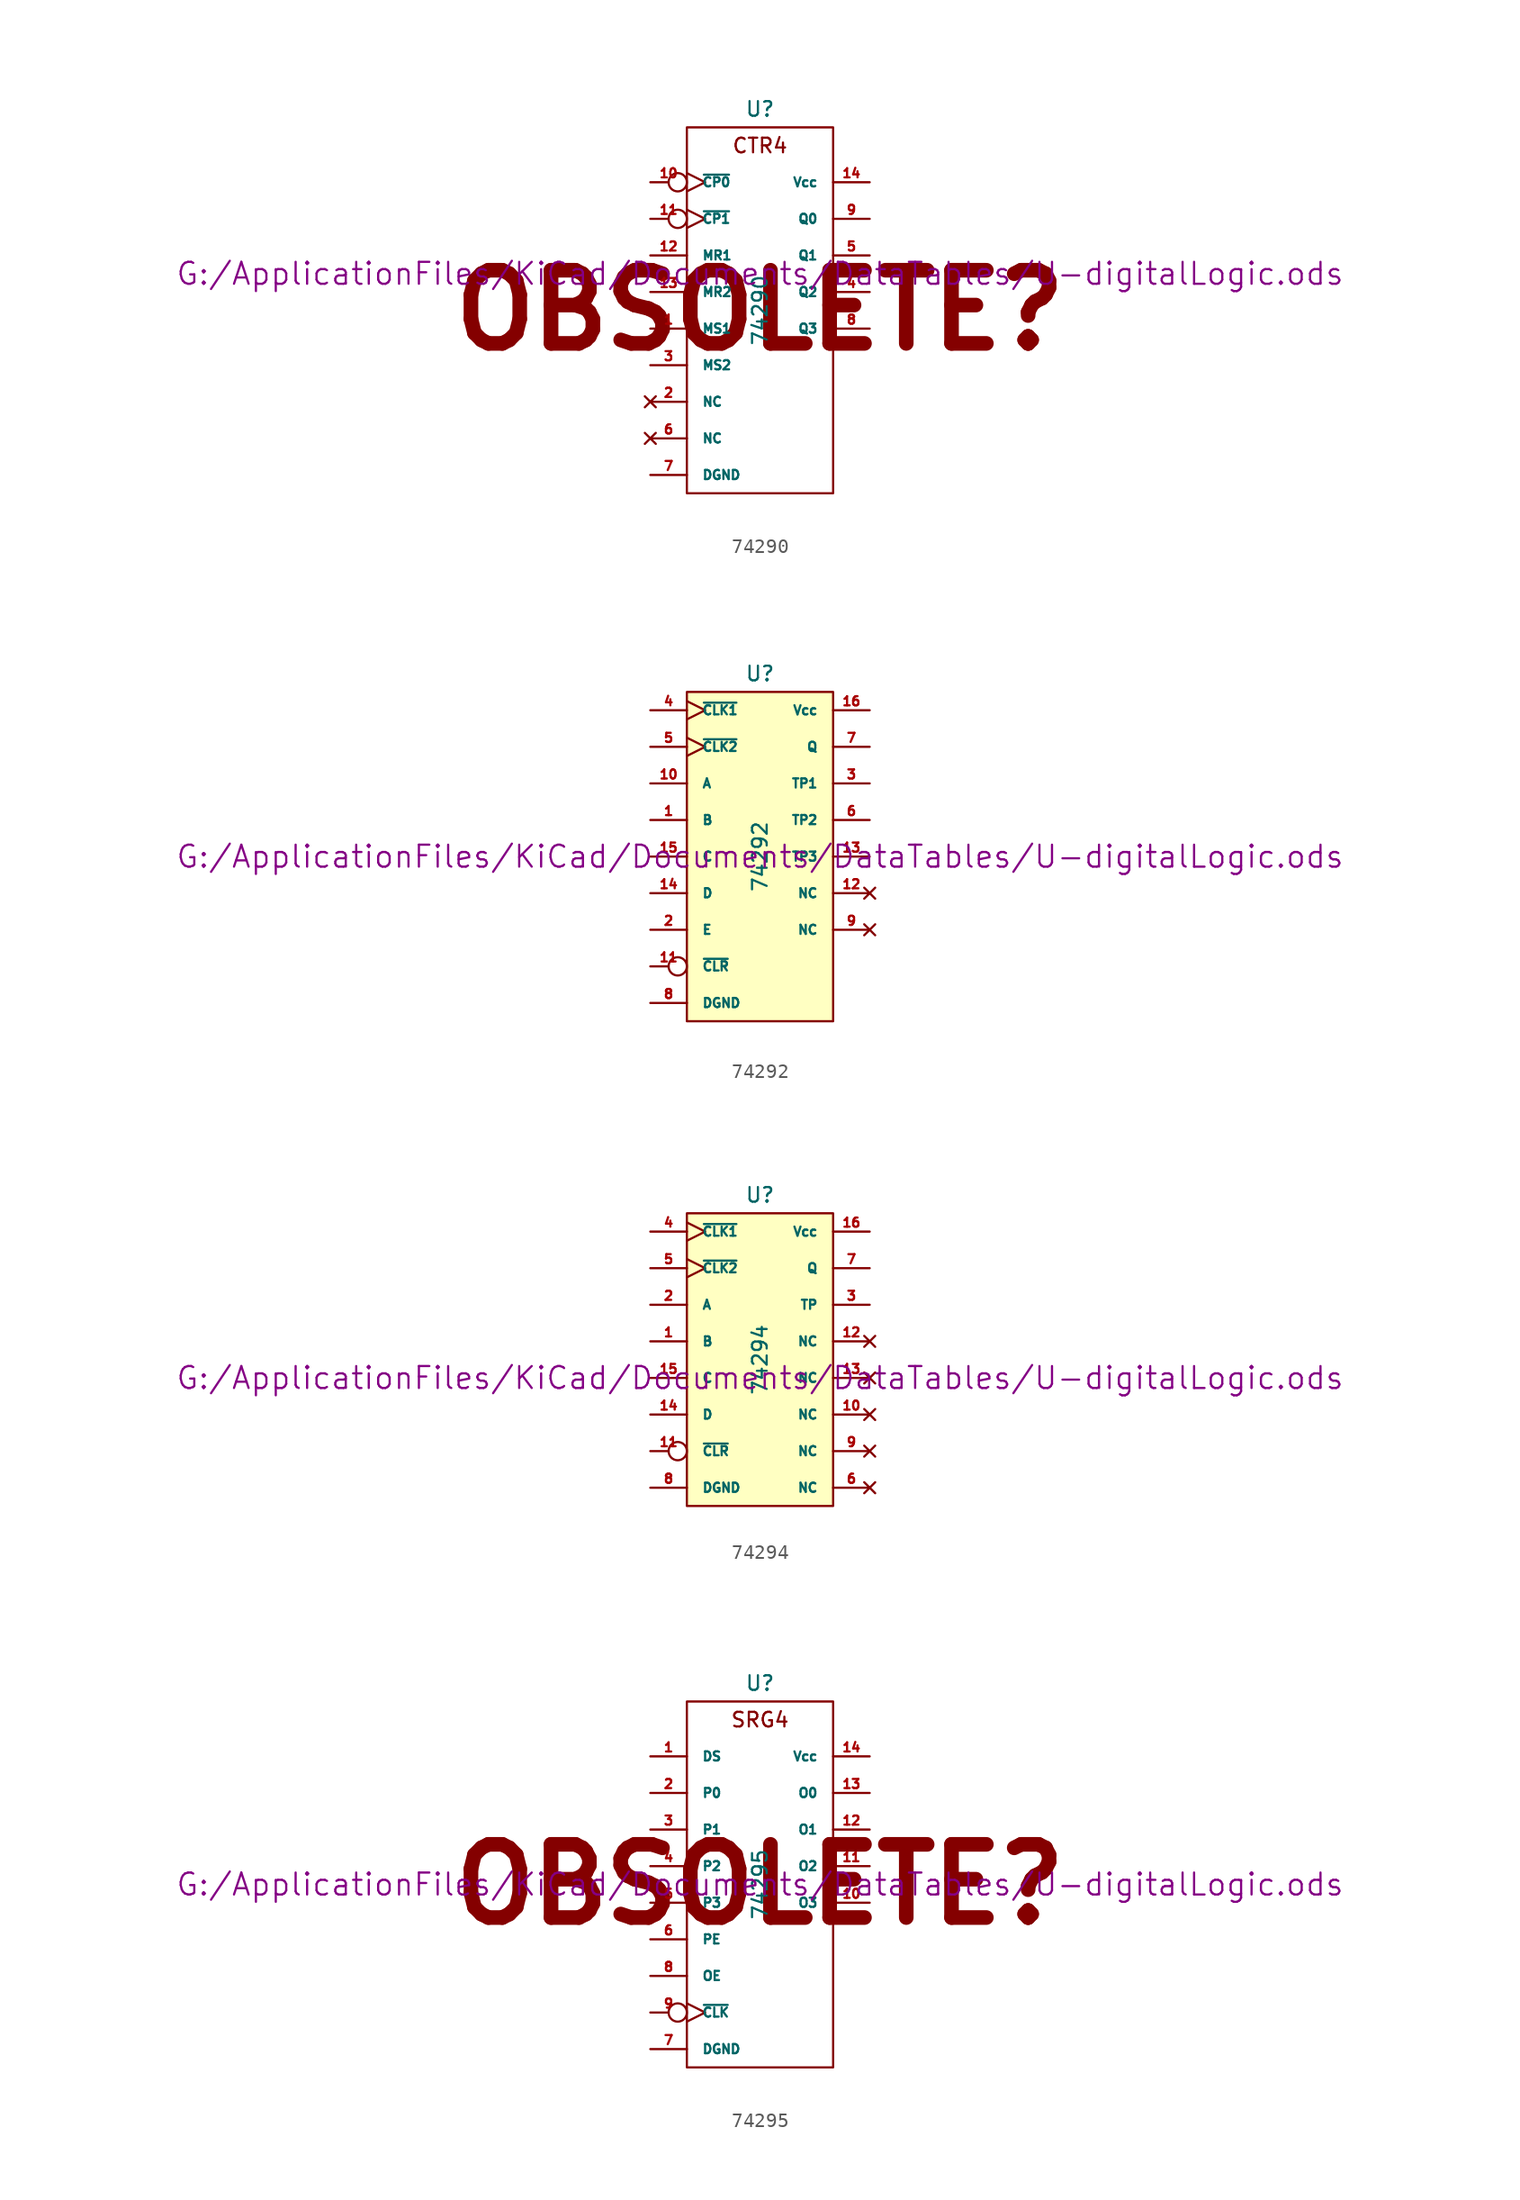
<source format=kicad_sym>
(kicad_symbol_lib
  (version 20211014)
  (generator kicad_symbol_editor)
  (symbol "74290"
    (pin_names
      (offset 1.016))
    (property "Reference" "U"
      (at 0 13.97 0)
      (effects (font (size 1.016 1.016))))
    (property "Value" "74290"
      (at 0 0 90)
      (effects (font (size 1.016 1.016))))
    (property "Footprint" ""
      (at 0 2.54 0)
      (effects (font (size 1.524 1.524))))
    (property "Datasheet" "G:/ApplicationFiles/KiCad/Documents/DataTables/U-digitalLogic.ods"
      (at 0 2.54 0)
      (effects (font (size 1.524 1.524))))
    (symbol "74290_0_0"
      (text "CTR4" (at 0 11.43 0) (effects (font (size 1.016 1.016))))
      (text "OBSOLETE?" (at 0 0 0) (effects (font (size 5.08 5.08) bold))))
    (symbol "74290_0_1"
      (rectangle (start -5.08 12.7) (end 5.08 -12.7) (stroke (width 0) (type default) (color 0 0 0 0)) (fill (type none))))
    (symbol "74290_1_1"
      (pin input line (at -7.62 -1.27 0) (length 2.54) (name "MS1" (effects (font (size 0.635 0.635)))) (number "1" (effects (font (size 0.635 0.635)))))
      (pin input inverted_clock (at -7.62 8.89 0) (length 2.54) (name "~{CP0}" (effects (font (size 0.635 0.635)))) (number "10" (effects (font (size 0.635 0.635)))))
      (pin input inverted_clock (at -7.62 6.35 0) (length 2.54) (name "~{CP1}" (effects (font (size 0.635 0.635)))) (number "11" (effects (font (size 0.635 0.635)))))
      (pin input line (at -7.62 3.81 0) (length 2.54) (name "MR1" (effects (font (size 0.635 0.635)))) (number "12" (effects (font (size 0.635 0.635)))))
      (pin input line (at -7.62 1.27 0) (length 2.54) (name "MR2" (effects (font (size 0.635 0.635)))) (number "13" (effects (font (size 0.635 0.635)))))
      (pin power_in line (at 7.62 8.89 180) (length 2.54) (name "Vcc" (effects (font (size 0.635 0.635)))) (number "14" (effects (font (size 0.635 0.635)))))
      (pin no_connect line (at -7.62 -6.35 0) (length 2.54) (name "NC" (effects (font (size 0.635 0.635)))) (number "2" (effects (font (size 0.635 0.635)))))
      (pin input line (at -7.62 -3.81 0) (length 2.54) (name "MS2" (effects (font (size 0.635 0.635)))) (number "3" (effects (font (size 0.635 0.635)))))
      (pin output line (at 7.62 1.27 180) (length 2.54) (name "Q2" (effects (font (size 0.635 0.635)))) (number "4" (effects (font (size 0.635 0.635)))))
      (pin output line (at 7.62 3.81 180) (length 2.54) (name "Q1" (effects (font (size 0.635 0.635)))) (number "5" (effects (font (size 0.635 0.635)))))
      (pin no_connect line (at -7.62 -8.89 0) (length 2.54) (name "NC" (effects (font (size 0.635 0.635)))) (number "6" (effects (font (size 0.635 0.635)))))
      (pin power_in line (at -7.62 -11.43 0) (length 2.54) (name "DGND" (effects (font (size 0.635 0.635)))) (number "7" (effects (font (size 0.635 0.635)))))
      (pin output line (at 7.62 -1.27 180) (length 2.54) (name "Q3" (effects (font (size 0.635 0.635)))) (number "8" (effects (font (size 0.635 0.635)))))
      (pin output line (at 7.62 6.35 180) (length 2.54) (name "Q0" (effects (font (size 0.635 0.635)))) (number "9" (effects (font (size 0.635 0.635)))))))
  (symbol "74292"
    (pin_names
      (offset 1.016))
    (property "Reference" "U"
      (at 0 12.7 0)
      (effects (font (size 1.016 1.016))))
    (property "Value" "74292"
      (at 0 0 90)
      (effects (font (size 1.016 1.016))))
    (property "Footprint" ""
      (at 0 0 0)
      (effects (font (size 1.524 1.524))))
    (property "Datasheet" "G:/ApplicationFiles/KiCad/Documents/DataTables/U-digitalLogic.ods"
      (at 0 0 0)
      (effects (font (size 1.524 1.524))))
    (symbol "74292_0_1"
      (rectangle (start -5.08 11.43) (end 5.08 -11.43) (stroke (width 0) (type default) (color 0 0 0 0)) (fill (type background))))
    (symbol "74292_1_1"
      (pin input line (at -7.62 2.54 0) (length 2.54) (name "B" (effects (font (size 0.635 0.635)))) (number "1" (effects (font (size 0.635 0.635)))))
      (pin input line (at -7.62 5.08 0) (length 2.54) (name "A" (effects (font (size 0.635 0.635)))) (number "10" (effects (font (size 0.635 0.635)))))
      (pin input inverted (at -7.62 -7.62 0) (length 2.54) (name "~{CLR}" (effects (font (size 0.635 0.635)))) (number "11" (effects (font (size 0.635 0.635)))))
      (pin no_connect line (at 7.62 -2.54 180) (length 2.54) (name "NC" (effects (font (size 0.635 0.635)))) (number "12" (effects (font (size 0.635 0.635)))))
      (pin output line (at 7.62 0 180) (length 2.54) (name "TP3" (effects (font (size 0.635 0.635)))) (number "13" (effects (font (size 0.635 0.635)))))
      (pin input line (at -7.62 -2.54 0) (length 2.54) (name "D" (effects (font (size 0.635 0.635)))) (number "14" (effects (font (size 0.635 0.635)))))
      (pin input line (at -7.62 0 0) (length 2.54) (name "C" (effects (font (size 0.635 0.635)))) (number "15" (effects (font (size 0.635 0.635)))))
      (pin power_in line (at 7.62 10.16 180) (length 2.54) (name "Vcc" (effects (font (size 0.635 0.635)))) (number "16" (effects (font (size 0.635 0.635)))))
      (pin input line (at -7.62 -5.08 0) (length 2.54) (name "E" (effects (font (size 0.635 0.635)))) (number "2" (effects (font (size 0.635 0.635)))))
      (pin output line (at 7.62 5.08 180) (length 2.54) (name "TP1" (effects (font (size 0.635 0.635)))) (number "3" (effects (font (size 0.635 0.635)))))
      (pin input clock (at -7.62 10.16 0) (length 2.54) (name "~{CLK1}" (effects (font (size 0.635 0.635)))) (number "4" (effects (font (size 0.635 0.635)))))
      (pin input clock (at -7.62 7.62 0) (length 2.54) (name "~{CLK2}" (effects (font (size 0.635 0.635)))) (number "5" (effects (font (size 0.635 0.635)))))
      (pin output line (at 7.62 2.54 180) (length 2.54) (name "TP2" (effects (font (size 0.635 0.635)))) (number "6" (effects (font (size 0.635 0.635)))))
      (pin output line (at 7.62 7.62 180) (length 2.54) (name "Q" (effects (font (size 0.635 0.635)))) (number "7" (effects (font (size 0.635 0.635)))))
      (pin power_in line (at -7.62 -10.16 0) (length 2.54) (name "DGND" (effects (font (size 0.635 0.635)))) (number "8" (effects (font (size 0.635 0.635)))))
      (pin no_connect line (at 7.62 -5.08 180) (length 2.54) (name "NC" (effects (font (size 0.635 0.635)))) (number "9" (effects (font (size 0.635 0.635)))))))
  (symbol "74294"
    (pin_names
      (offset 1.016))
    (property "Reference" "U"
      (at 0 11.43 0)
      (effects (font (size 1.016 1.016))))
    (property "Value" "74294"
      (at 0 0 90)
      (effects (font (size 1.016 1.016))))
    (property "Footprint" ""
      (at 0 -1.27 0)
      (effects (font (size 1.524 1.524))))
    (property "Datasheet" "G:/ApplicationFiles/KiCad/Documents/DataTables/U-digitalLogic.ods"
      (at 0 -1.27 0)
      (effects (font (size 1.524 1.524))))
    (symbol "74294_0_1"
      (rectangle (start -5.08 10.16) (end 5.08 -10.16) (stroke (width 0) (type default) (color 0 0 0 0)) (fill (type background))))
    (symbol "74294_1_1"
      (pin input line (at -7.62 1.27 0) (length 2.54) (name "B" (effects (font (size 0.635 0.635)))) (number "1" (effects (font (size 0.635 0.635)))))
      (pin no_connect line (at 7.62 -3.81 180) (length 2.54) (name "NC" (effects (font (size 0.635 0.635)))) (number "10" (effects (font (size 0.635 0.635)))))
      (pin input inverted (at -7.62 -6.35 0) (length 2.54) (name "~{CLR}" (effects (font (size 0.635 0.635)))) (number "11" (effects (font (size 0.635 0.635)))))
      (pin no_connect line (at 7.62 1.27 180) (length 2.54) (name "NC" (effects (font (size 0.635 0.635)))) (number "12" (effects (font (size 0.635 0.635)))))
      (pin no_connect line (at 7.62 -1.27 180) (length 2.54) (name "NC" (effects (font (size 0.635 0.635)))) (number "13" (effects (font (size 0.635 0.635)))))
      (pin input line (at -7.62 -3.81 0) (length 2.54) (name "D" (effects (font (size 0.635 0.635)))) (number "14" (effects (font (size 0.635 0.635)))))
      (pin input line (at -7.62 -1.27 0) (length 2.54) (name "C" (effects (font (size 0.635 0.635)))) (number "15" (effects (font (size 0.635 0.635)))))
      (pin power_in line (at 7.62 8.89 180) (length 2.54) (name "Vcc" (effects (font (size 0.635 0.635)))) (number "16" (effects (font (size 0.635 0.635)))))
      (pin input line (at -7.62 3.81 0) (length 2.54) (name "A" (effects (font (size 0.635 0.635)))) (number "2" (effects (font (size 0.635 0.635)))))
      (pin output line (at 7.62 3.81 180) (length 2.54) (name "TP" (effects (font (size 0.635 0.635)))) (number "3" (effects (font (size 0.635 0.635)))))
      (pin input clock (at -7.62 8.89 0) (length 2.54) (name "~{CLK1}" (effects (font (size 0.635 0.635)))) (number "4" (effects (font (size 0.635 0.635)))))
      (pin input clock (at -7.62 6.35 0) (length 2.54) (name "~{CLK2}" (effects (font (size 0.635 0.635)))) (number "5" (effects (font (size 0.635 0.635)))))
      (pin no_connect line (at 7.62 -8.89 180) (length 2.54) (name "NC" (effects (font (size 0.635 0.635)))) (number "6" (effects (font (size 0.635 0.635)))))
      (pin output line (at 7.62 6.35 180) (length 2.54) (name "Q" (effects (font (size 0.635 0.635)))) (number "7" (effects (font (size 0.635 0.635)))))
      (pin power_in line (at -7.62 -8.89 0) (length 2.54) (name "DGND" (effects (font (size 0.635 0.635)))) (number "8" (effects (font (size 0.635 0.635)))))
      (pin no_connect line (at 7.62 -6.35 180) (length 2.54) (name "NC" (effects (font (size 0.635 0.635)))) (number "9" (effects (font (size 0.635 0.635)))))))
  (symbol "74295"
    (pin_names
      (offset 1.016))
    (property "Reference" "U"
      (at 0 13.97 0)
      (effects (font (size 1.016 1.016))))
    (property "Value" "74295"
      (at 0 0 90)
      (effects (font (size 1.016 1.016))))
    (property "Footprint" ""
      (at 0 0 0)
      (effects (font (size 1.524 1.524))))
    (property "Datasheet" "G:/ApplicationFiles/KiCad/Documents/DataTables/U-digitalLogic.ods"
      (at 0 0 0)
      (effects (font (size 1.524 1.524))))
    (symbol "74295_0_0"
      (text "OBSOLETE?" (at 0 0 0) (effects (font (size 5.08 5.08) bold)))
      (text "SRG4" (at 0 11.43 0) (effects (font (size 1.016 1.016)))))
    (symbol "74295_0_1"
      (rectangle (start -5.08 12.7) (end 5.08 -12.7) (stroke (width 0) (type default) (color 0 0 0 0)) (fill (type none))))
    (symbol "74295_1_1"
      (pin input line (at -7.62 8.89 0) (length 2.54) (name "DS" (effects (font (size 0.635 0.635)))) (number "1" (effects (font (size 0.635 0.635)))))
      (pin tri_state line (at 7.62 -1.27 180) (length 2.54) (name "O3" (effects (font (size 0.635 0.635)))) (number "10" (effects (font (size 0.635 0.635)))))
      (pin tri_state line (at 7.62 1.27 180) (length 2.54) (name "O2" (effects (font (size 0.635 0.635)))) (number "11" (effects (font (size 0.635 0.635)))))
      (pin tri_state line (at 7.62 3.81 180) (length 2.54) (name "O1" (effects (font (size 0.635 0.635)))) (number "12" (effects (font (size 0.635 0.635)))))
      (pin tri_state line (at 7.62 6.35 180) (length 2.54) (name "O0" (effects (font (size 0.635 0.635)))) (number "13" (effects (font (size 0.635 0.635)))))
      (pin power_in line (at 7.62 8.89 180) (length 2.54) (name "Vcc" (effects (font (size 0.635 0.635)))) (number "14" (effects (font (size 0.635 0.635)))))
      (pin input line (at -7.62 6.35 0) (length 2.54) (name "P0" (effects (font (size 0.635 0.635)))) (number "2" (effects (font (size 0.635 0.635)))))
      (pin input line (at -7.62 3.81 0) (length 2.54) (name "P1" (effects (font (size 0.635 0.635)))) (number "3" (effects (font (size 0.635 0.635)))))
      (pin input line (at -7.62 1.27 0) (length 2.54) (name "P2" (effects (font (size 0.635 0.635)))) (number "4" (effects (font (size 0.635 0.635)))))
      (pin input line (at -7.62 -1.27 0) (length 2.54) (name "P3" (effects (font (size 0.635 0.635)))) (number "5" (effects (font (size 0.635 0.635)))))
      (pin input line (at -7.62 -3.81 0) (length 2.54) (name "PE" (effects (font (size 0.635 0.635)))) (number "6" (effects (font (size 0.635 0.635)))))
      (pin power_in line (at -7.62 -11.43 0) (length 2.54) (name "DGND" (effects (font (size 0.635 0.635)))) (number "7" (effects (font (size 0.635 0.635)))))
      (pin input line (at -7.62 -6.35 0) (length 2.54) (name "OE" (effects (font (size 0.635 0.635)))) (number "8" (effects (font (size 0.635 0.635)))))
      (pin input inverted_clock (at -7.62 -8.89 0) (length 2.54) (name "~{CLK}" (effects (font (size 0.635 0.635)))) (number "9" (effects (font (size 0.635 0.635))))))))
</source>
